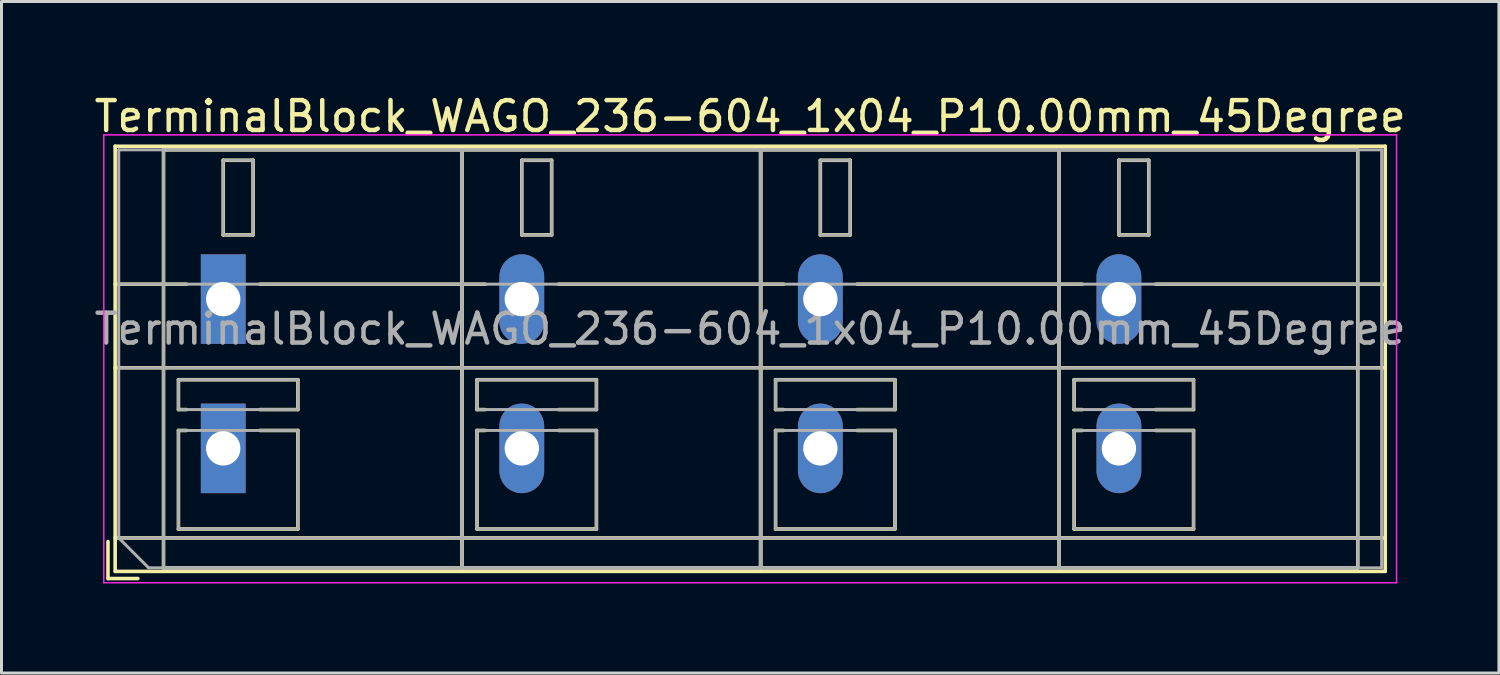
<source format=kicad_pcb>
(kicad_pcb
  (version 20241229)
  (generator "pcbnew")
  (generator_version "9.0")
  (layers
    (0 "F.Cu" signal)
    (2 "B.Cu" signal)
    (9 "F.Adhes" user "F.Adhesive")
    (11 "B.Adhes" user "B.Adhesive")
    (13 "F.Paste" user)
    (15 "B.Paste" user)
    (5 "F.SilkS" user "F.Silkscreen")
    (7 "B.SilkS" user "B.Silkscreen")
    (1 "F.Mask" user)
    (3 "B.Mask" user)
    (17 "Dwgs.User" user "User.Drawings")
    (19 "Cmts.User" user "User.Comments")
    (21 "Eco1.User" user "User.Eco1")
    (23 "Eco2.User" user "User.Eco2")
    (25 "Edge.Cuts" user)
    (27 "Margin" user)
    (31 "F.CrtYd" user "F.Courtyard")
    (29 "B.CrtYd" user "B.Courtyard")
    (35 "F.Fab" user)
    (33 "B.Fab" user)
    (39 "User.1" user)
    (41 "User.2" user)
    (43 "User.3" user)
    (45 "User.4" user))
  (footprint "TerminalBlock_WAGO_236-604_1x04_P10.00mm_45Degree"
    (layer "F.Cu")
    (at 4.427 6.968)
    (property "Reference" "TerminalBlock_WAGO_236-604_1x04_P10.00mm_45Degree" (at 17.65 -6.12 0) (layer "F.SilkS") (effects (font (size 1 1) (thickness 0.15))))
    (attr through_hole)
    (fp_line (start -3.86 8.12) (end -3.86 9.36) (stroke (width 0.12) (type solid)) (layer "F.SilkS"))
    (fp_line (start -3.86 9.36) (end -2.86 9.36) (stroke (width 0.12) (type solid)) (layer "F.SilkS"))
    (fp_line (start -3.62 -5.12) (end -3.62 9.12) (stroke (width 0.12) (type solid)) (layer "F.SilkS"))
    (fp_line (start -3.62 -5.12) (end 38.92 -5.12) (stroke (width 0.12) (type solid)) (layer "F.SilkS"))
    (fp_line (start -3.62 -0.5) (end -1.23 -0.5) (stroke (width 0.12) (type solid)) (layer "F.SilkS"))
    (fp_line (start -3.62 2.3) (end 38.92 2.3) (stroke (width 0.12) (type solid)) (layer "F.SilkS"))
    (fp_line (start -3.62 8) (end 38.92 8) (stroke (width 0.12) (type solid)) (layer "F.SilkS"))
    (fp_line (start -3.62 9.12) (end 38.92 9.12) (stroke (width 0.12) (type solid)) (layer "F.SilkS"))
    (fp_line (start -2 -5) (end -2 9) (stroke (width 0.12) (type solid)) (layer "F.SilkS"))
    (fp_line (start -2 -5) (end 8 -5) (stroke (width 0.12) (type solid)) (layer "F.SilkS"))
    (fp_line (start -2 9) (end 8 9) (stroke (width 0.12) (type solid)) (layer "F.SilkS"))
    (fp_line (start -1.5 2.7) (end -1.5 3.7) (stroke (width 0.12) (type solid)) (layer "F.SilkS"))
    (fp_line (start -1.5 2.7) (end 2.5 2.7) (stroke (width 0.12) (type solid)) (layer "F.SilkS"))
    (fp_line (start -1.5 3.7) (end -1.23 3.7) (stroke (width 0.12) (type solid)) (layer "F.SilkS"))
    (fp_line (start -1.5 4.4) (end -1.5 7.7) (stroke (width 0.12) (type solid)) (layer "F.SilkS"))
    (fp_line (start -1.5 4.4) (end -1.23 4.4) (stroke (width 0.12) (type solid)) (layer "F.SilkS"))
    (fp_line (start -1.5 7.7) (end 2.5 7.7) (stroke (width 0.12) (type solid)) (layer "F.SilkS"))
    (fp_line (start 0 -4.65) (end 0 -2.151) (stroke (width 0.12) (type solid)) (layer "F.SilkS"))
    (fp_line (start 0 -4.65) (end 1 -4.65) (stroke (width 0.12) (type solid)) (layer "F.SilkS"))
    (fp_line (start 0 -2.151) (end 1 -2.151) (stroke (width 0.12) (type solid)) (layer "F.SilkS"))
    (fp_line (start 1 -4.65) (end 1 -2.151) (stroke (width 0.12) (type solid)) (layer "F.SilkS"))
    (fp_line (start 1.23 -0.5) (end 8.77 -0.5) (stroke (width 0.12) (type solid)) (layer "F.SilkS"))
    (fp_line (start 1.23 3.7) (end 2.5 3.7) (stroke (width 0.12) (type solid)) (layer "F.SilkS"))
    (fp_line (start 1.23 4.4) (end 2.5 4.4) (stroke (width 0.12) (type solid)) (layer "F.SilkS"))
    (fp_line (start 2.5 2.7) (end 2.5 3.7) (stroke (width 0.12) (type solid)) (layer "F.SilkS"))
    (fp_line (start 2.5 4.4) (end 2.5 7.7) (stroke (width 0.12) (type solid)) (layer "F.SilkS"))
    (fp_line (start 8 -5) (end 8 9) (stroke (width 0.12) (type solid)) (layer "F.SilkS"))
    (fp_line (start 8 -5) (end 8 9) (stroke (width 0.12) (type solid)) (layer "F.SilkS"))
    (fp_line (start 8 -5) (end 18 -5) (stroke (width 0.12) (type solid)) (layer "F.SilkS"))
    (fp_line (start 8 9) (end 18 9) (stroke (width 0.12) (type solid)) (layer "F.SilkS"))
    (fp_line (start 8.5 2.7) (end 8.5 3.7) (stroke (width 0.12) (type solid)) (layer "F.SilkS"))
    (fp_line (start 8.5 2.7) (end 12.5 2.7) (stroke (width 0.12) (type solid)) (layer "F.SilkS"))
    (fp_line (start 8.5 3.7) (end 8.77 3.7) (stroke (width 0.12) (type solid)) (layer "F.SilkS"))
    (fp_line (start 8.5 4.4) (end 8.5 7.7) (stroke (width 0.12) (type solid)) (layer "F.SilkS"))
    (fp_line (start 8.5 4.4) (end 8.77 4.4) (stroke (width 0.12) (type solid)) (layer "F.SilkS"))
    (fp_line (start 8.5 7.7) (end 12.5 7.7) (stroke (width 0.12) (type solid)) (layer "F.SilkS"))
    (fp_line (start 10 -4.65) (end 10 -2.151) (stroke (width 0.12) (type solid)) (layer "F.SilkS"))
    (fp_line (start 10 -4.65) (end 11 -4.65) (stroke (width 0.12) (type solid)) (layer "F.SilkS"))
    (fp_line (start 10 -2.151) (end 11 -2.151) (stroke (width 0.12) (type solid)) (layer "F.SilkS"))
    (fp_line (start 11 -4.65) (end 11 -2.151) (stroke (width 0.12) (type solid)) (layer "F.SilkS"))
    (fp_line (start 11.23 -0.5) (end 18.77 -0.5) (stroke (width 0.12) (type solid)) (layer "F.SilkS"))
    (fp_line (start 11.23 3.7) (end 12.5 3.7) (stroke (width 0.12) (type solid)) (layer "F.SilkS"))
    (fp_line (start 11.23 4.4) (end 12.5 4.4) (stroke (width 0.12) (type solid)) (layer "F.SilkS"))
    (fp_line (start 12.5 2.7) (end 12.5 3.7) (stroke (width 0.12) (type solid)) (layer "F.SilkS"))
    (fp_line (start 12.5 4.4) (end 12.5 7.7) (stroke (width 0.12) (type solid)) (layer "F.SilkS"))
    (fp_line (start 18 -5) (end 18 9) (stroke (width 0.12) (type solid)) (layer "F.SilkS"))
    (fp_line (start 18 -5) (end 18 9) (stroke (width 0.12) (type solid)) (layer "F.SilkS"))
    (fp_line (start 18 -5) (end 28 -5) (stroke (width 0.12) (type solid)) (layer "F.SilkS"))
    (fp_line (start 18 9) (end 28 9) (stroke (width 0.12) (type solid)) (layer "F.SilkS"))
    (fp_line (start 18.5 2.7) (end 18.5 3.7) (stroke (width 0.12) (type solid)) (layer "F.SilkS"))
    (fp_line (start 18.5 2.7) (end 22.5 2.7) (stroke (width 0.12) (type solid)) (layer "F.SilkS"))
    (fp_line (start 18.5 3.7) (end 18.77 3.7) (stroke (width 0.12) (type solid)) (layer "F.SilkS"))
    (fp_line (start 18.5 4.4) (end 18.5 7.7) (stroke (width 0.12) (type solid)) (layer "F.SilkS"))
    (fp_line (start 18.5 4.4) (end 18.77 4.4) (stroke (width 0.12) (type solid)) (layer "F.SilkS"))
    (fp_line (start 18.5 7.7) (end 22.5 7.7) (stroke (width 0.12) (type solid)) (layer "F.SilkS"))
    (fp_line (start 20 -4.65) (end 20 -2.151) (stroke (width 0.12) (type solid)) (layer "F.SilkS"))
    (fp_line (start 20 -4.65) (end 21 -4.65) (stroke (width 0.12) (type solid)) (layer "F.SilkS"))
    (fp_line (start 20 -2.151) (end 21 -2.151) (stroke (width 0.12) (type solid)) (layer "F.SilkS"))
    (fp_line (start 21 -4.65) (end 21 -2.151) (stroke (width 0.12) (type solid)) (layer "F.SilkS"))
    (fp_line (start 21.23 -0.5) (end 28.77 -0.5) (stroke (width 0.12) (type solid)) (layer "F.SilkS"))
    (fp_line (start 21.23 3.7) (end 22.5 3.7) (stroke (width 0.12) (type solid)) (layer "F.SilkS"))
    (fp_line (start 21.23 4.4) (end 22.5 4.4) (stroke (width 0.12) (type solid)) (layer "F.SilkS"))
    (fp_line (start 22.5 2.7) (end 22.5 3.7) (stroke (width 0.12) (type solid)) (layer "F.SilkS"))
    (fp_line (start 22.5 4.4) (end 22.5 7.7) (stroke (width 0.12) (type solid)) (layer "F.SilkS"))
    (fp_line (start 28 -5) (end 28 9) (stroke (width 0.12) (type solid)) (layer "F.SilkS"))
    (fp_line (start 28 -5) (end 28 9) (stroke (width 0.12) (type solid)) (layer "F.SilkS"))
    (fp_line (start 28 -5) (end 38 -5) (stroke (width 0.12) (type solid)) (layer "F.SilkS"))
    (fp_line (start 28 9) (end 38 9) (stroke (width 0.12) (type solid)) (layer "F.SilkS"))
    (fp_line (start 28.5 2.7) (end 28.5 3.7) (stroke (width 0.12) (type solid)) (layer "F.SilkS"))
    (fp_line (start 28.5 2.7) (end 32.5 2.7) (stroke (width 0.12) (type solid)) (layer "F.SilkS"))
    (fp_line (start 28.5 3.7) (end 28.77 3.7) (stroke (width 0.12) (type solid)) (layer "F.SilkS"))
    (fp_line (start 28.5 4.4) (end 28.5 7.7) (stroke (width 0.12) (type solid)) (layer "F.SilkS"))
    (fp_line (start 28.5 4.4) (end 28.77 4.4) (stroke (width 0.12) (type solid)) (layer "F.SilkS"))
    (fp_line (start 28.5 7.7) (end 32.5 7.7) (stroke (width 0.12) (type solid)) (layer "F.SilkS"))
    (fp_line (start 30 -4.65) (end 30 -2.151) (stroke (width 0.12) (type solid)) (layer "F.SilkS"))
    (fp_line (start 30 -4.65) (end 31 -4.65) (stroke (width 0.12) (type solid)) (layer "F.SilkS"))
    (fp_line (start 30 -2.151) (end 31 -2.151) (stroke (width 0.12) (type solid)) (layer "F.SilkS"))
    (fp_line (start 31 -4.65) (end 31 -2.151) (stroke (width 0.12) (type solid)) (layer "F.SilkS"))
    (fp_line (start 31.23 -0.5) (end 38.92 -0.5) (stroke (width 0.12) (type solid)) (layer "F.SilkS"))
    (fp_line (start 31.23 3.7) (end 32.5 3.7) (stroke (width 0.12) (type solid)) (layer "F.SilkS"))
    (fp_line (start 31.23 4.4) (end 32.5 4.4) (stroke (width 0.12) (type solid)) (layer "F.SilkS"))
    (fp_line (start 32.5 2.7) (end 32.5 3.7) (stroke (width 0.12) (type solid)) (layer "F.SilkS"))
    (fp_line (start 32.5 4.4) (end 32.5 7.7) (stroke (width 0.12) (type solid)) (layer "F.SilkS"))
    (fp_line (start 38 -5) (end 38 9) (stroke (width 0.12) (type solid)) (layer "F.SilkS"))
    (fp_line (start 38.92 -5.12) (end 38.92 9.12) (stroke (width 0.12) (type solid)) (layer "F.SilkS"))
    (fp_line (start -4 -5.5) (end -4 9.5) (stroke (width 0.05) (type solid)) (layer "F.CrtYd"))
    (fp_line (start -4 9.5) (end 39.3 9.5) (stroke (width 0.05) (type solid)) (layer "F.CrtYd"))
    (fp_line (start 39.3 -5.5) (end -4 -5.5) (stroke (width 0.05) (type solid)) (layer "F.CrtYd"))
    (fp_line (start 39.3 9.5) (end 39.3 -5.5) (stroke (width 0.05) (type solid)) (layer "F.CrtYd"))
    (fp_line (start -3.5 -5) (end 38.8 -5) (stroke (width 0.1) (type solid)) (layer "F.Fab"))
    (fp_line (start -3.5 -0.5) (end 38.8 -0.5) (stroke (width 0.1) (type solid)) (layer "F.Fab"))
    (fp_line (start -3.5 2.3) (end 38.8 2.3) (stroke (width 0.1) (type solid)) (layer "F.Fab"))
    (fp_line (start -3.5 8) (end -3.5 -5) (stroke (width 0.1) (type solid)) (layer "F.Fab"))
    (fp_line (start -3.5 8) (end 38.8 8) (stroke (width 0.1) (type solid)) (layer "F.Fab"))
    (fp_line (start -2.5 9) (end -3.5 8) (stroke (width 0.1) (type solid)) (layer "F.Fab"))
    (fp_line (start -2 -5) (end -2 9) (stroke (width 0.1) (type solid)) (layer "F.Fab"))
    (fp_line (start -2 9) (end 8 9) (stroke (width 0.1) (type solid)) (layer "F.Fab"))
    (fp_line (start -1.5 2.7) (end -1.5 3.7) (stroke (width 0.1) (type solid)) (layer "F.Fab"))
    (fp_line (start -1.5 3.7) (end 2.5 3.7) (stroke (width 0.1) (type solid)) (layer "F.Fab"))
    (fp_line (start -1.5 4.4) (end -1.5 7.7) (stroke (width 0.1) (type solid)) (layer "F.Fab"))
    (fp_line (start -1.5 7.7) (end 2.5 7.7) (stroke (width 0.1) (type solid)) (layer "F.Fab"))
    (fp_line (start 0 -4.65) (end 0 -2.15) (stroke (width 0.1) (type solid)) (layer "F.Fab"))
    (fp_line (start 0 -2.15) (end 1 -2.15) (stroke (width 0.1) (type solid)) (layer "F.Fab"))
    (fp_line (start 1 -4.65) (end 0 -4.65) (stroke (width 0.1) (type solid)) (layer "F.Fab"))
    (fp_line (start 1 -2.15) (end 1 -4.65) (stroke (width 0.1) (type solid)) (layer "F.Fab"))
    (fp_line (start 2.5 2.7) (end -1.5 2.7) (stroke (width 0.1) (type solid)) (layer "F.Fab"))
    (fp_line (start 2.5 3.7) (end 2.5 2.7) (stroke (width 0.1) (type solid)) (layer "F.Fab"))
    (fp_line (start 2.5 4.4) (end -1.5 4.4) (stroke (width 0.1) (type solid)) (layer "F.Fab"))
    (fp_line (start 2.5 7.7) (end 2.5 4.4) (stroke (width 0.1) (type solid)) (layer "F.Fab"))
    (fp_line (start 8 -5) (end -2 -5) (stroke (width 0.1) (type solid)) (layer "F.Fab"))
    (fp_line (start 8 -5) (end 8 9) (stroke (width 0.1) (type solid)) (layer "F.Fab"))
    (fp_line (start 8 9) (end 8 -5) (stroke (width 0.1) (type solid)) (layer "F.Fab"))
    (fp_line (start 8 9) (end 18 9) (stroke (width 0.1) (type solid)) (layer "F.Fab"))
    (fp_line (start 8.5 2.7) (end 8.5 3.7) (stroke (width 0.1) (type solid)) (layer "F.Fab"))
    (fp_line (start 8.5 3.7) (end 12.5 3.7) (stroke (width 0.1) (type solid)) (layer "F.Fab"))
    (fp_line (start 8.5 4.4) (end 8.5 7.7) (stroke (width 0.1) (type solid)) (layer "F.Fab"))
    (fp_line (start 8.5 7.7) (end 12.5 7.7) (stroke (width 0.1) (type solid)) (layer "F.Fab"))
    (fp_line (start 10 -4.65) (end 10 -2.15) (stroke (width 0.1) (type solid)) (layer "F.Fab"))
    (fp_line (start 10 -2.15) (end 11 -2.15) (stroke (width 0.1) (type solid)) (layer "F.Fab"))
    (fp_line (start 11 -4.65) (end 10 -4.65) (stroke (width 0.1) (type solid)) (layer "F.Fab"))
    (fp_line (start 11 -2.15) (end 11 -4.65) (stroke (width 0.1) (type solid)) (layer "F.Fab"))
    (fp_line (start 12.5 2.7) (end 8.5 2.7) (stroke (width 0.1) (type solid)) (layer "F.Fab"))
    (fp_line (start 12.5 3.7) (end 12.5 2.7) (stroke (width 0.1) (type solid)) (layer "F.Fab"))
    (fp_line (start 12.5 4.4) (end 8.5 4.4) (stroke (width 0.1) (type solid)) (layer "F.Fab"))
    (fp_line (start 12.5 7.7) (end 12.5 4.4) (stroke (width 0.1) (type solid)) (layer "F.Fab"))
    (fp_line (start 18 -5) (end 8 -5) (stroke (width 0.1) (type solid)) (layer "F.Fab"))
    (fp_line (start 18 -5) (end 18 9) (stroke (width 0.1) (type solid)) (layer "F.Fab"))
    (fp_line (start 18 9) (end 18 -5) (stroke (width 0.1) (type solid)) (layer "F.Fab"))
    (fp_line (start 18 9) (end 28 9) (stroke (width 0.1) (type solid)) (layer "F.Fab"))
    (fp_line (start 18.5 2.7) (end 18.5 3.7) (stroke (width 0.1) (type solid)) (layer "F.Fab"))
    (fp_line (start 18.5 3.7) (end 22.5 3.7) (stroke (width 0.1) (type solid)) (layer "F.Fab"))
    (fp_line (start 18.5 4.4) (end 18.5 7.7) (stroke (width 0.1) (type solid)) (layer "F.Fab"))
    (fp_line (start 18.5 7.7) (end 22.5 7.7) (stroke (width 0.1) (type solid)) (layer "F.Fab"))
    (fp_line (start 20 -4.65) (end 20 -2.15) (stroke (width 0.1) (type solid)) (layer "F.Fab"))
    (fp_line (start 20 -2.15) (end 21 -2.15) (stroke (width 0.1) (type solid)) (layer "F.Fab"))
    (fp_line (start 21 -4.65) (end 20 -4.65) (stroke (width 0.1) (type solid)) (layer "F.Fab"))
    (fp_line (start 21 -2.15) (end 21 -4.65) (stroke (width 0.1) (type solid)) (layer "F.Fab"))
    (fp_line (start 22.5 2.7) (end 18.5 2.7) (stroke (width 0.1) (type solid)) (layer "F.Fab"))
    (fp_line (start 22.5 3.7) (end 22.5 2.7) (stroke (width 0.1) (type solid)) (layer "F.Fab"))
    (fp_line (start 22.5 4.4) (end 18.5 4.4) (stroke (width 0.1) (type solid)) (layer "F.Fab"))
    (fp_line (start 22.5 7.7) (end 22.5 4.4) (stroke (width 0.1) (type solid)) (layer "F.Fab"))
    (fp_line (start 28 -5) (end 18 -5) (stroke (width 0.1) (type solid)) (layer "F.Fab"))
    (fp_line (start 28 -5) (end 28 9) (stroke (width 0.1) (type solid)) (layer "F.Fab"))
    (fp_line (start 28 9) (end 28 -5) (stroke (width 0.1) (type solid)) (layer "F.Fab"))
    (fp_line (start 28 9) (end 38 9) (stroke (width 0.1) (type solid)) (layer "F.Fab"))
    (fp_line (start 28.5 2.7) (end 28.5 3.7) (stroke (width 0.1) (type solid)) (layer "F.Fab"))
    (fp_line (start 28.5 3.7) (end 32.5 3.7) (stroke (width 0.1) (type solid)) (layer "F.Fab"))
    (fp_line (start 28.5 4.4) (end 28.5 7.7) (stroke (width 0.1) (type solid)) (layer "F.Fab"))
    (fp_line (start 28.5 7.7) (end 32.5 7.7) (stroke (width 0.1) (type solid)) (layer "F.Fab"))
    (fp_line (start 30 -4.65) (end 30 -2.15) (stroke (width 0.1) (type solid)) (layer "F.Fab"))
    (fp_line (start 30 -2.15) (end 31 -2.15) (stroke (width 0.1) (type solid)) (layer "F.Fab"))
    (fp_line (start 31 -4.65) (end 30 -4.65) (stroke (width 0.1) (type solid)) (layer "F.Fab"))
    (fp_line (start 31 -2.15) (end 31 -4.65) (stroke (width 0.1) (type solid)) (layer "F.Fab"))
    (fp_line (start 32.5 2.7) (end 28.5 2.7) (stroke (width 0.1) (type solid)) (layer "F.Fab"))
    (fp_line (start 32.5 3.7) (end 32.5 2.7) (stroke (width 0.1) (type solid)) (layer "F.Fab"))
    (fp_line (start 32.5 4.4) (end 28.5 4.4) (stroke (width 0.1) (type solid)) (layer "F.Fab"))
    (fp_line (start 32.5 7.7) (end 32.5 4.4) (stroke (width 0.1) (type solid)) (layer "F.Fab"))
    (fp_line (start 38 -5) (end 28 -5) (stroke (width 0.1) (type solid)) (layer "F.Fab"))
    (fp_line (start 38 9) (end 38 -5) (stroke (width 0.1) (type solid)) (layer "F.Fab"))
    (fp_line (start 38.8 -5) (end 38.8 9) (stroke (width 0.1) (type solid)) (layer "F.Fab"))
    (fp_line (start 38.8 9) (end -2.5 9) (stroke (width 0.1) (type solid)) (layer "F.Fab"))
    (fp_text user "${REFERENCE}" (at 17.65 1 0) (layer "F.Fab") (effects (font (size 1 1) (thickness 0.15))))
    (pad "1" thru_hole rect (at 0 0) (size 1.5 3) (drill 1.15) (layers "*.Cu" "*.Mask"))
    (pad "1" thru_hole rect (at 0 5) (size 1.5 3) (drill 1.15) (layers "*.Cu" "*.Mask"))
    (pad "2" thru_hole oval (at 10 0) (size 1.5 3) (drill 1.15) (layers "*.Cu" "*.Mask"))
    (pad "2" thru_hole oval (at 10 5) (size 1.5 3) (drill 1.15) (layers "*.Cu" "*.Mask"))
    (pad "3" thru_hole oval (at 20 0) (size 1.5 3) (drill 1.15) (layers "*.Cu" "*.Mask"))
    (pad "3" thru_hole oval (at 20 5) (size 1.5 3) (drill 1.15) (layers "*.Cu" "*.Mask"))
    (pad "4" thru_hole oval (at 30 0) (size 1.5 3) (drill 1.15) (layers "*.Cu" "*.Mask"))
    (pad "4" thru_hole oval (at 30 5) (size 1.5 3) (drill 1.15) (layers "*.Cu" "*.Mask")))
  (gr_rect
    (start -3 -3)
    (end 47.155 19.493)
    (stroke (width 0.1) (type default))
    (fill no)
    (layer "Edge.Cuts")))
</source>
